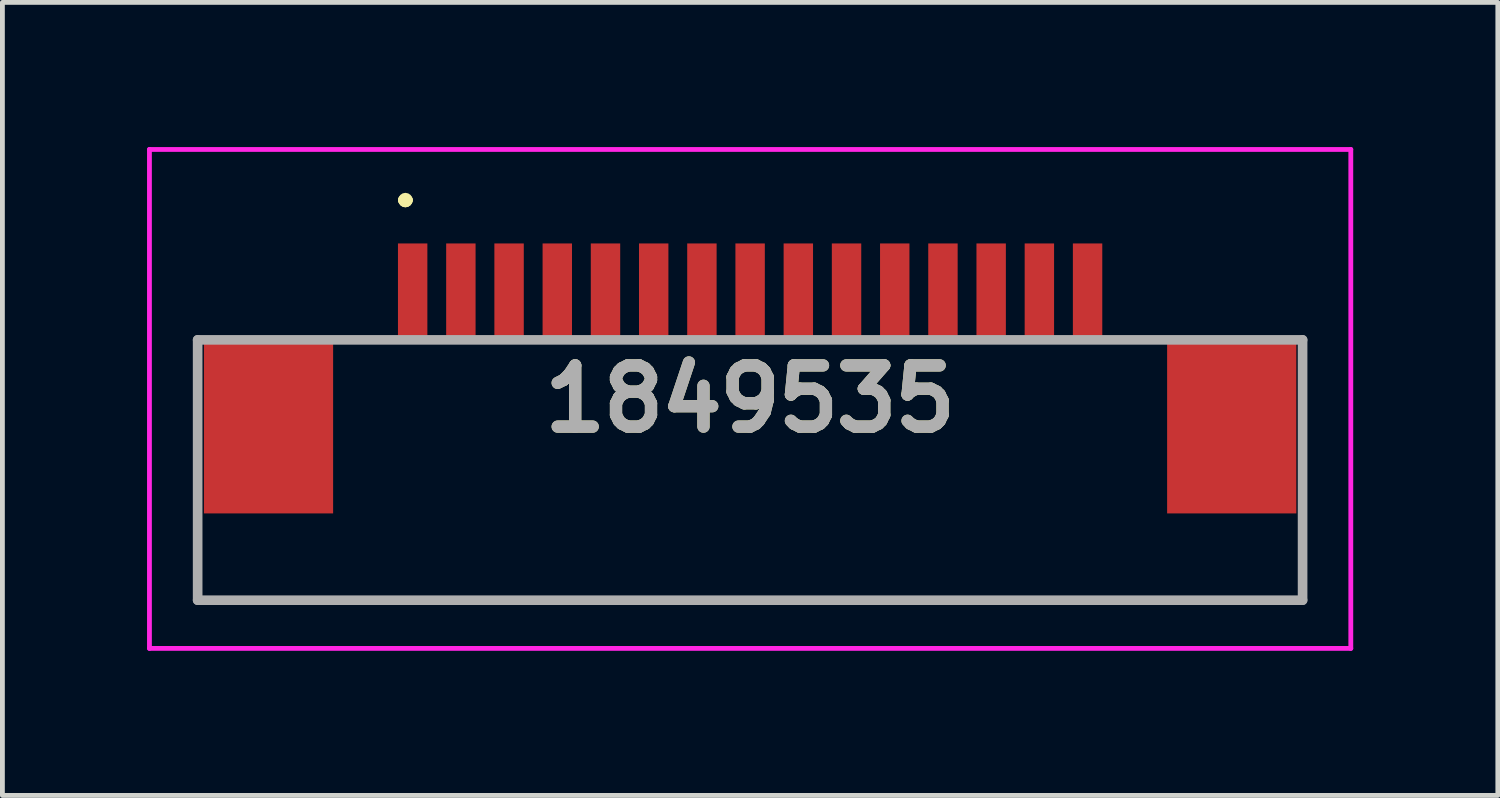
<source format=kicad_pcb>
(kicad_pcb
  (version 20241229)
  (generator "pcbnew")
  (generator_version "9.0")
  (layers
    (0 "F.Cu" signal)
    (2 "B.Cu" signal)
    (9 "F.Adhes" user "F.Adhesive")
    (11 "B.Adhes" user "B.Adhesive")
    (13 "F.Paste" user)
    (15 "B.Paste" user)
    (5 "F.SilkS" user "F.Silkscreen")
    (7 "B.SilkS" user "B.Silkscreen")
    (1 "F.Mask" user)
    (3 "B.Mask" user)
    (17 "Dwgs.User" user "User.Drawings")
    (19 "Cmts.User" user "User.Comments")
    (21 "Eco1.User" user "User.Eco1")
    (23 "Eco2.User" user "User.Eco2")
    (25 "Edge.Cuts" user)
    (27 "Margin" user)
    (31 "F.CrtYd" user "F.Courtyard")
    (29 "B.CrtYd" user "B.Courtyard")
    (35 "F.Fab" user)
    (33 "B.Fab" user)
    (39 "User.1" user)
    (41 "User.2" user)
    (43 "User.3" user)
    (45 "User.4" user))
  (footprint "1849535"
    (layer "F.Cu")
    (at 12.51 6.7)
    (property "Reference" "1849535" (at 0 -1.475 0) (layer "F.SilkS") (effects (font (size 1.27 1.27) (thickness 0.254))))
    (attr smd)
    (fp_line (start -11.46 1.55) (end -11.46 1.55) (stroke (width 0.1) (type solid)) (layer "F.SilkS"))
    (fp_line (start -11.46 1.55) (end -11.46 2.7) (stroke (width 0.1) (type solid)) (layer "F.SilkS"))
    (fp_line (start -11.46 2.7) (end -11.46 1.55) (stroke (width 0.1) (type solid)) (layer "F.SilkS"))
    (fp_line (start -11.46 2.7) (end -11.46 2.7) (stroke (width 0.1) (type solid)) (layer "F.SilkS"))
    (fp_line (start -11.46 2.7) (end -11.46 2.7) (stroke (width 0.1) (type solid)) (layer "F.SilkS"))
    (fp_line (start -11.46 2.7) (end 11.46 2.7) (stroke (width 0.1) (type solid)) (layer "F.SilkS"))
    (fp_line (start -7.2 -5.6) (end -7.2 -5.6) (stroke (width 0.2) (type solid)) (layer "F.SilkS"))
    (fp_line (start -7.2 -5.6) (end -7.2 -5.6) (stroke (width 0.2) (type solid)) (layer "F.SilkS"))
    (fp_line (start -7.1 -5.6) (end -7.1 -5.6) (stroke (width 0.2) (type solid)) (layer "F.SilkS"))
    (fp_line (start 11.46 1.8) (end 11.46 1.8) (stroke (width 0.1) (type solid)) (layer "F.SilkS"))
    (fp_line (start 11.46 1.8) (end 11.46 2.7) (stroke (width 0.1) (type solid)) (layer "F.SilkS"))
    (fp_line (start 11.46 2.7) (end -11.46 2.7) (stroke (width 0.1) (type solid)) (layer "F.SilkS"))
    (fp_line (start 11.46 2.7) (end 11.46 1.8) (stroke (width 0.1) (type solid)) (layer "F.SilkS"))
    (fp_line (start 11.46 2.7) (end 11.46 2.7) (stroke (width 0.1) (type solid)) (layer "F.SilkS"))
    (fp_line (start 11.46 2.7) (end 11.46 2.7) (stroke (width 0.1) (type solid)) (layer "F.SilkS"))
    (fp_arc (start -7.2 -5.6) (mid -7.15 -5.65) (end -7.1 -5.6) (stroke (width 0.2) (type solid)) (layer "F.SilkS"))
    (fp_arc (start -7.1 -5.6) (mid -7.15 -5.55) (end -7.2 -5.6) (stroke (width 0.2) (type solid)) (layer "F.SilkS"))
    (fp_arc (start -7.1 -5.6) (mid -7.15 -5.55) (end -7.2 -5.6) (stroke (width 0.2) (type solid)) (layer "F.SilkS"))
    (fp_line (start -12.46 -6.65) (end 12.46 -6.65) (stroke (width 0.1) (type solid)) (layer "F.CrtYd"))
    (fp_line (start -12.46 3.7) (end -12.46 -6.65) (stroke (width 0.1) (type solid)) (layer "F.CrtYd"))
    (fp_line (start 12.46 -6.65) (end 12.46 3.7) (stroke (width 0.1) (type solid)) (layer "F.CrtYd"))
    (fp_line (start 12.46 3.7) (end -12.46 3.7) (stroke (width 0.1) (type solid)) (layer "F.CrtYd"))
    (fp_line (start -11.46 -2.7) (end -11.46 2.7) (stroke (width 0.2) (type solid)) (layer "F.Fab"))
    (fp_line (start -11.46 2.7) (end 11.46 2.7) (stroke (width 0.2) (type solid)) (layer "F.Fab"))
    (fp_line (start 11.46 -2.7) (end -11.46 -2.7) (stroke (width 0.2) (type solid)) (layer "F.Fab"))
    (fp_line (start 11.46 2.7) (end 11.46 -2.7) (stroke (width 0.2) (type solid)) (layer "F.Fab"))
    (fp_text user "${REFERENCE}" (at 0 -1.475 0) (layer "F.Fab") (effects (font (size 1.27 1.27) (thickness 0.254))))
    (pad "1" smd rect (at -7 -3.7) (size 0.61 2) (layers "F.Cu" "F.Mask" "F.Paste"))
    (pad "2" smd rect (at -6 -3.7) (size 0.61 2) (layers "F.Cu" "F.Mask" "F.Paste"))
    (pad "3" smd rect (at -5 -3.7) (size 0.61 2) (layers "F.Cu" "F.Mask" "F.Paste"))
    (pad "4" smd rect (at -4 -3.7) (size 0.61 2) (layers "F.Cu" "F.Mask" "F.Paste"))
    (pad "5" smd rect (at -3 -3.7) (size 0.61 2) (layers "F.Cu" "F.Mask" "F.Paste"))
    (pad "6" smd rect (at -2 -3.7) (size 0.61 2) (layers "F.Cu" "F.Mask" "F.Paste"))
    (pad "7" smd rect (at -1 -3.7) (size 0.61 2) (layers "F.Cu" "F.Mask" "F.Paste"))
    (pad "8" smd rect (at 0 -3.7) (size 0.61 2) (layers "F.Cu" "F.Mask" "F.Paste"))
    (pad "9" smd rect (at 1 -3.7) (size 0.61 2) (layers "F.Cu" "F.Mask" "F.Paste"))
    (pad "10" smd rect (at 2 -3.7) (size 0.61 2) (layers "F.Cu" "F.Mask" "F.Paste"))
    (pad "11" smd rect (at 3 -3.7) (size 0.61 2) (layers "F.Cu" "F.Mask" "F.Paste"))
    (pad "12" smd rect (at 4 -3.7) (size 0.61 2) (layers "F.Cu" "F.Mask" "F.Paste"))
    (pad "13" smd rect (at 5 -3.7) (size 0.61 2) (layers "F.Cu" "F.Mask" "F.Paste"))
    (pad "14" smd rect (at 6 -3.7) (size 0.61 2) (layers "F.Cu" "F.Mask" "F.Paste"))
    (pad "15" smd rect (at 7 -3.7) (size 0.61 2) (layers "F.Cu" "F.Mask" "F.Paste"))
    (pad "MP1" smd rect (at -9.99 -0.9) (size 2.68 3.6) (layers "F.Cu" "F.Mask" "F.Paste"))
    (pad "MP2" smd rect (at 9.99 -0.9) (size 2.68 3.6) (layers "F.Cu" "F.Mask" "F.Paste")))
  (gr_rect
    (start -3 -3)
    (end 28.02 13.45)
    (stroke (width 0.1) (type default))
    (fill no)
    (layer "Edge.Cuts")))
</source>
